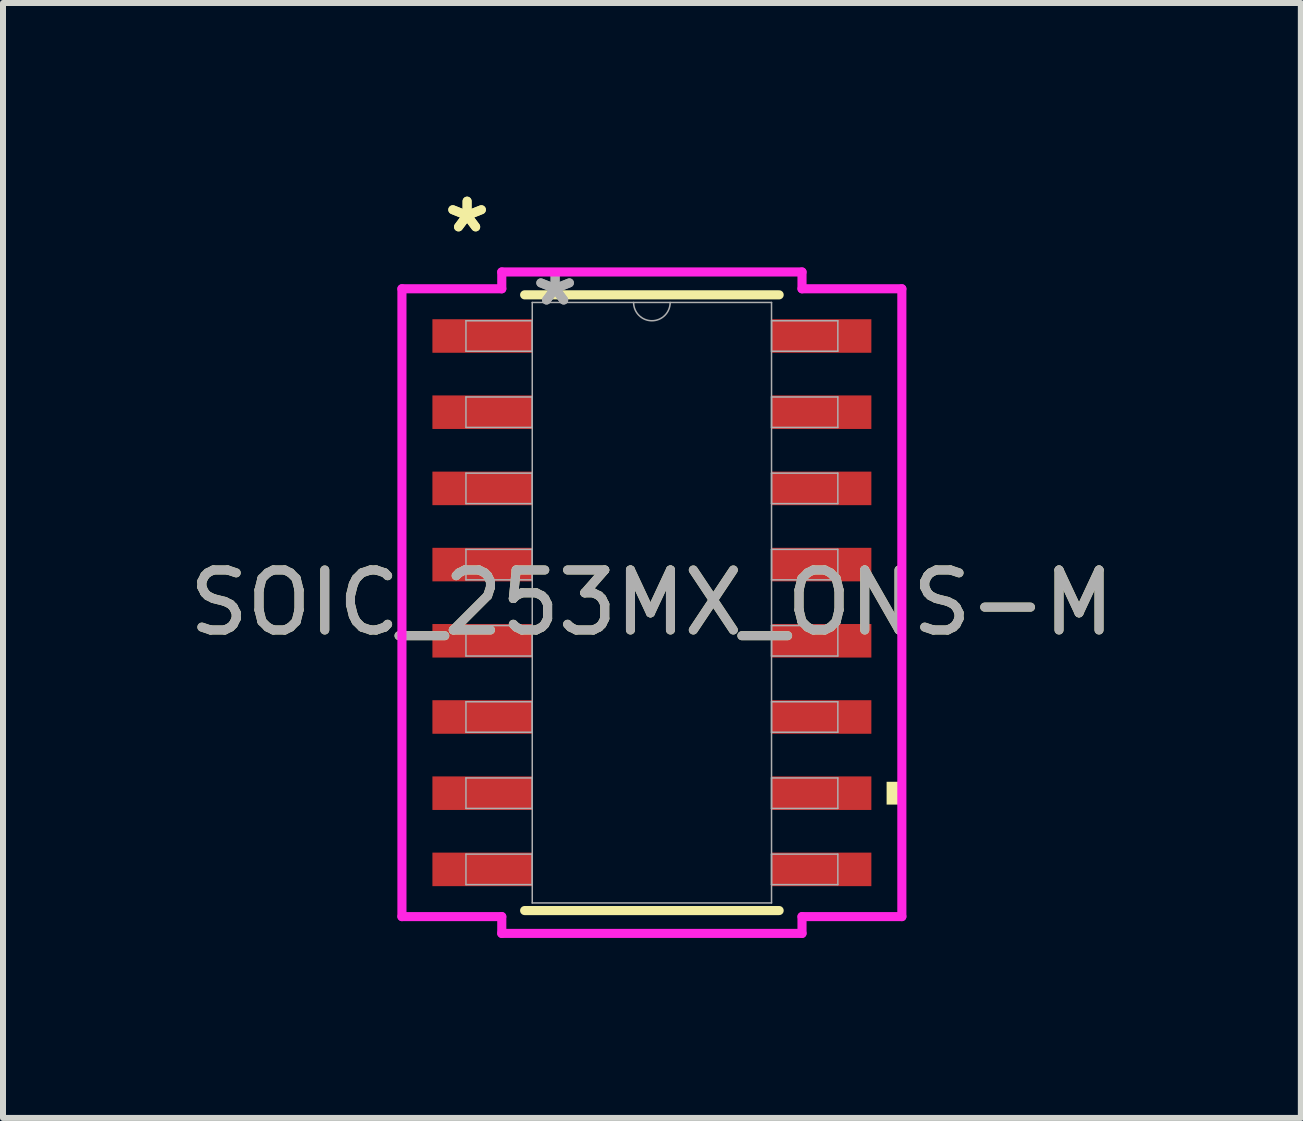
<source format=kicad_pcb>
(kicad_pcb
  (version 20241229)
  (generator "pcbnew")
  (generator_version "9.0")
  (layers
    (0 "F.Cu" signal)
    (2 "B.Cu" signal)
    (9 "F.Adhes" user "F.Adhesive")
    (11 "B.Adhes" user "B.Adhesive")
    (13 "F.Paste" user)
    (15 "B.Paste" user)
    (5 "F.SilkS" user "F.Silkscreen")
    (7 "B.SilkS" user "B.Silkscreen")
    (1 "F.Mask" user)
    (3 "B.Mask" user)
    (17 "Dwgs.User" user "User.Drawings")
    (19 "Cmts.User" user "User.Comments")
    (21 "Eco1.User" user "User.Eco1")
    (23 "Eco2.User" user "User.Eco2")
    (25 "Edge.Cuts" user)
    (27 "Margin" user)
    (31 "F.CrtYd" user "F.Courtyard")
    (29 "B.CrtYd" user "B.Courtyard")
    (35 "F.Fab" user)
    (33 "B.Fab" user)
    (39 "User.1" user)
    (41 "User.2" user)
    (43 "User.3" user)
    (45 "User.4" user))
  (footprint "SOIC_253MX_ONS-M"
    (layer "F.Cu")
    (at 7.815 6.995)
    (property "Reference" "SOIC_253MX_ONS-M" (at 0 0 0) (unlocked yes) (layer "F.SilkS") (effects (font (size 1 1) (thickness 0.15))))
    (attr smd)
    (fp_line (start -2.121 5.131) (end 2.121 5.131) (stroke (width 0.152) (type solid)) (layer "F.SilkS"))
    (fp_line (start 2.121 -5.131) (end -2.121 -5.131) (stroke (width 0.152) (type solid)) (layer "F.SilkS"))
    (fp_poly (pts (xy 4.166 2.985) (xy 4.166 3.365) (xy 3.912 3.365) (xy 3.912 2.985)) (stroke (width 0) (type solid)) (fill yes) (layer "F.SilkS"))
    (fp_line (start -4.166 -5.232) (end -2.502 -5.232) (stroke (width 0.152) (type solid)) (layer "F.CrtYd"))
    (fp_line (start -4.166 5.232) (end -4.166 -5.232) (stroke (width 0.152) (type solid)) (layer "F.CrtYd"))
    (fp_line (start -4.166 5.232) (end -2.502 5.232) (stroke (width 0.152) (type solid)) (layer "F.CrtYd"))
    (fp_line (start -2.502 -5.512) (end 2.502 -5.512) (stroke (width 0.152) (type solid)) (layer "F.CrtYd"))
    (fp_line (start -2.502 -5.232) (end -2.502 -5.512) (stroke (width 0.152) (type solid)) (layer "F.CrtYd"))
    (fp_line (start -2.502 5.512) (end -2.502 5.232) (stroke (width 0.152) (type solid)) (layer "F.CrtYd"))
    (fp_line (start 2.502 -5.512) (end 2.502 -5.232) (stroke (width 0.152) (type solid)) (layer "F.CrtYd"))
    (fp_line (start 2.502 5.232) (end 2.502 5.512) (stroke (width 0.152) (type solid)) (layer "F.CrtYd"))
    (fp_line (start 2.502 5.512) (end -2.502 5.512) (stroke (width 0.152) (type solid)) (layer "F.CrtYd"))
    (fp_line (start 4.166 -5.232) (end 2.502 -5.232) (stroke (width 0.152) (type solid)) (layer "F.CrtYd"))
    (fp_line (start 4.166 -5.232) (end 4.166 5.232) (stroke (width 0.152) (type solid)) (layer "F.CrtYd"))
    (fp_line (start 4.166 5.232) (end 2.502 5.232) (stroke (width 0.152) (type solid)) (layer "F.CrtYd"))
    (fp_line (start -3.099 -4.699) (end -3.099 -4.191) (stroke (width 0.025) (type solid)) (layer "F.Fab"))
    (fp_line (start -3.099 -4.191) (end -1.994 -4.191) (stroke (width 0.025) (type solid)) (layer "F.Fab"))
    (fp_line (start -3.099 -3.429) (end -3.099 -2.921) (stroke (width 0.025) (type solid)) (layer "F.Fab"))
    (fp_line (start -3.099 -2.921) (end -1.994 -2.921) (stroke (width 0.025) (type solid)) (layer "F.Fab"))
    (fp_line (start -3.099 -2.159) (end -3.099 -1.651) (stroke (width 0.025) (type solid)) (layer "F.Fab"))
    (fp_line (start -3.099 -1.651) (end -1.994 -1.651) (stroke (width 0.025) (type solid)) (layer "F.Fab"))
    (fp_line (start -3.099 -0.889) (end -3.099 -0.381) (stroke (width 0.025) (type solid)) (layer "F.Fab"))
    (fp_line (start -3.099 -0.381) (end -1.994 -0.381) (stroke (width 0.025) (type solid)) (layer "F.Fab"))
    (fp_line (start -3.099 0.381) (end -3.099 0.889) (stroke (width 0.025) (type solid)) (layer "F.Fab"))
    (fp_line (start -3.099 0.889) (end -1.994 0.889) (stroke (width 0.025) (type solid)) (layer "F.Fab"))
    (fp_line (start -3.099 1.651) (end -3.099 2.159) (stroke (width 0.025) (type solid)) (layer "F.Fab"))
    (fp_line (start -3.099 2.159) (end -1.994 2.159) (stroke (width 0.025) (type solid)) (layer "F.Fab"))
    (fp_line (start -3.099 2.921) (end -3.099 3.429) (stroke (width 0.025) (type solid)) (layer "F.Fab"))
    (fp_line (start -3.099 3.429) (end -1.994 3.429) (stroke (width 0.025) (type solid)) (layer "F.Fab"))
    (fp_line (start -3.099 4.191) (end -3.099 4.699) (stroke (width 0.025) (type solid)) (layer "F.Fab"))
    (fp_line (start -3.099 4.699) (end -1.994 4.699) (stroke (width 0.025) (type solid)) (layer "F.Fab"))
    (fp_line (start -1.994 -5.004) (end -1.994 5.004) (stroke (width 0.025) (type solid)) (layer "F.Fab"))
    (fp_line (start -1.994 -4.699) (end -3.099 -4.699) (stroke (width 0.025) (type solid)) (layer "F.Fab"))
    (fp_line (start -1.994 -4.191) (end -1.994 -4.699) (stroke (width 0.025) (type solid)) (layer "F.Fab"))
    (fp_line (start -1.994 -3.429) (end -3.099 -3.429) (stroke (width 0.025) (type solid)) (layer "F.Fab"))
    (fp_line (start -1.994 -2.921) (end -1.994 -3.429) (stroke (width 0.025) (type solid)) (layer "F.Fab"))
    (fp_line (start -1.994 -2.159) (end -3.099 -2.159) (stroke (width 0.025) (type solid)) (layer "F.Fab"))
    (fp_line (start -1.994 -1.651) (end -1.994 -2.159) (stroke (width 0.025) (type solid)) (layer "F.Fab"))
    (fp_line (start -1.994 -0.889) (end -3.099 -0.889) (stroke (width 0.025) (type solid)) (layer "F.Fab"))
    (fp_line (start -1.994 -0.381) (end -1.994 -0.889) (stroke (width 0.025) (type solid)) (layer "F.Fab"))
    (fp_line (start -1.994 0.381) (end -3.099 0.381) (stroke (width 0.025) (type solid)) (layer "F.Fab"))
    (fp_line (start -1.994 0.889) (end -1.994 0.381) (stroke (width 0.025) (type solid)) (layer "F.Fab"))
    (fp_line (start -1.994 1.651) (end -3.099 1.651) (stroke (width 0.025) (type solid)) (layer "F.Fab"))
    (fp_line (start -1.994 2.159) (end -1.994 1.651) (stroke (width 0.025) (type solid)) (layer "F.Fab"))
    (fp_line (start -1.994 2.921) (end -3.099 2.921) (stroke (width 0.025) (type solid)) (layer "F.Fab"))
    (fp_line (start -1.994 3.429) (end -1.994 2.921) (stroke (width 0.025) (type solid)) (layer "F.Fab"))
    (fp_line (start -1.994 4.191) (end -3.099 4.191) (stroke (width 0.025) (type solid)) (layer "F.Fab"))
    (fp_line (start -1.994 4.699) (end -1.994 4.191) (stroke (width 0.025) (type solid)) (layer "F.Fab"))
    (fp_line (start -1.994 5.004) (end 1.994 5.004) (stroke (width 0.025) (type solid)) (layer "F.Fab"))
    (fp_line (start 1.994 -5.004) (end -1.994 -5.004) (stroke (width 0.025) (type solid)) (layer "F.Fab"))
    (fp_line (start 1.994 -4.699) (end 1.994 -4.191) (stroke (width 0.025) (type solid)) (layer "F.Fab"))
    (fp_line (start 1.994 -4.191) (end 3.099 -4.191) (stroke (width 0.025) (type solid)) (layer "F.Fab"))
    (fp_line (start 1.994 -3.429) (end 1.994 -2.921) (stroke (width 0.025) (type solid)) (layer "F.Fab"))
    (fp_line (start 1.994 -2.921) (end 3.099 -2.921) (stroke (width 0.025) (type solid)) (layer "F.Fab"))
    (fp_line (start 1.994 -2.159) (end 1.994 -1.651) (stroke (width 0.025) (type solid)) (layer "F.Fab"))
    (fp_line (start 1.994 -1.651) (end 3.099 -1.651) (stroke (width 0.025) (type solid)) (layer "F.Fab"))
    (fp_line (start 1.994 -0.889) (end 1.994 -0.381) (stroke (width 0.025) (type solid)) (layer "F.Fab"))
    (fp_line (start 1.994 -0.381) (end 3.099 -0.381) (stroke (width 0.025) (type solid)) (layer "F.Fab"))
    (fp_line (start 1.994 0.381) (end 1.994 0.889) (stroke (width 0.025) (type solid)) (layer "F.Fab"))
    (fp_line (start 1.994 0.889) (end 3.099 0.889) (stroke (width 0.025) (type solid)) (layer "F.Fab"))
    (fp_line (start 1.994 1.651) (end 1.994 2.159) (stroke (width 0.025) (type solid)) (layer "F.Fab"))
    (fp_line (start 1.994 2.159) (end 3.099 2.159) (stroke (width 0.025) (type solid)) (layer "F.Fab"))
    (fp_line (start 1.994 2.921) (end 1.994 3.429) (stroke (width 0.025) (type solid)) (layer "F.Fab"))
    (fp_line (start 1.994 3.429) (end 3.099 3.429) (stroke (width 0.025) (type solid)) (layer "F.Fab"))
    (fp_line (start 1.994 4.191) (end 1.994 4.699) (stroke (width 0.025) (type solid)) (layer "F.Fab"))
    (fp_line (start 1.994 4.699) (end 3.099 4.699) (stroke (width 0.025) (type solid)) (layer "F.Fab"))
    (fp_line (start 1.994 5.004) (end 1.994 -5.004) (stroke (width 0.025) (type solid)) (layer "F.Fab"))
    (fp_line (start 3.099 -4.699) (end 1.994 -4.699) (stroke (width 0.025) (type solid)) (layer "F.Fab"))
    (fp_line (start 3.099 -4.191) (end 3.099 -4.699) (stroke (width 0.025) (type solid)) (layer "F.Fab"))
    (fp_line (start 3.099 -3.429) (end 1.994 -3.429) (stroke (width 0.025) (type solid)) (layer "F.Fab"))
    (fp_line (start 3.099 -2.921) (end 3.099 -3.429) (stroke (width 0.025) (type solid)) (layer "F.Fab"))
    (fp_line (start 3.099 -2.159) (end 1.994 -2.159) (stroke (width 0.025) (type solid)) (layer "F.Fab"))
    (fp_line (start 3.099 -1.651) (end 3.099 -2.159) (stroke (width 0.025) (type solid)) (layer "F.Fab"))
    (fp_line (start 3.099 -0.889) (end 1.994 -0.889) (stroke (width 0.025) (type solid)) (layer "F.Fab"))
    (fp_line (start 3.099 -0.381) (end 3.099 -0.889) (stroke (width 0.025) (type solid)) (layer "F.Fab"))
    (fp_line (start 3.099 0.381) (end 1.994 0.381) (stroke (width 0.025) (type solid)) (layer "F.Fab"))
    (fp_line (start 3.099 0.889) (end 3.099 0.381) (stroke (width 0.025) (type solid)) (layer "F.Fab"))
    (fp_line (start 3.099 1.651) (end 1.994 1.651) (stroke (width 0.025) (type solid)) (layer "F.Fab"))
    (fp_line (start 3.099 2.159) (end 3.099 1.651) (stroke (width 0.025) (type solid)) (layer "F.Fab"))
    (fp_line (start 3.099 2.921) (end 1.994 2.921) (stroke (width 0.025) (type solid)) (layer "F.Fab"))
    (fp_line (start 3.099 3.429) (end 3.099 2.921) (stroke (width 0.025) (type solid)) (layer "F.Fab"))
    (fp_line (start 3.099 4.191) (end 1.994 4.191) (stroke (width 0.025) (type solid)) (layer "F.Fab"))
    (fp_line (start 3.099 4.699) (end 3.099 4.191) (stroke (width 0.025) (type solid)) (layer "F.Fab"))
    (fp_arc (start 0.3048 -5.0038) (mid 0 -4.699) (end -0.3048 -5.0038) (stroke (width 0.0254) (type solid)) (layer "F.Fab"))
    (fp_text user "*" (at -3.08 -6.147 0) (unlocked yes) (layer "F.SilkS") (effects (font (size 1 1) (thickness 0.15))))
    (fp_text user "*" (at -3.08 -6.147 0) (layer "F.SilkS") (effects (font (size 1 1) (thickness 0.15))))
    (fp_text user "*" (at -1.613 -4.928 0) (unlocked yes) (layer "F.Fab") (effects (font (size 1 1) (thickness 0.15))))
    (fp_text user "${REFERENCE}" (at 0 0 0) (unlocked yes) (layer "F.Fab") (effects (font (size 1 1) (thickness 0.15))))
    (fp_text user "*" (at -1.613 -4.928 0) (layer "F.Fab") (effects (font (size 1 1) (thickness 0.15))))
    (pad "1" smd rect (at -2.826 -4.445) (size 1.664 0.559) (layers "F.Cu" "F.Mask" "F.Paste"))
    (pad "2" smd rect (at -2.826 -3.175) (size 1.664 0.559) (layers "F.Cu" "F.Mask" "F.Paste"))
    (pad "3" smd rect (at -2.826 -1.905) (size 1.664 0.559) (layers "F.Cu" "F.Mask" "F.Paste"))
    (pad "4" smd rect (at -2.826 -0.635) (size 1.664 0.559) (layers "F.Cu" "F.Mask" "F.Paste"))
    (pad "5" smd rect (at -2.826 0.635) (size 1.664 0.559) (layers "F.Cu" "F.Mask" "F.Paste"))
    (pad "6" smd rect (at -2.826 1.905) (size 1.664 0.559) (layers "F.Cu" "F.Mask" "F.Paste"))
    (pad "7" smd rect (at -2.826 3.175) (size 1.664 0.559) (layers "F.Cu" "F.Mask" "F.Paste"))
    (pad "8" smd rect (at -2.826 4.445) (size 1.664 0.559) (layers "F.Cu" "F.Mask" "F.Paste"))
    (pad "9" smd rect (at 2.826 4.445) (size 1.664 0.559) (layers "F.Cu" "F.Mask" "F.Paste"))
    (pad "10" smd rect (at 2.826 3.175) (size 1.664 0.559) (layers "F.Cu" "F.Mask" "F.Paste"))
    (pad "11" smd rect (at 2.826 1.905) (size 1.664 0.559) (layers "F.Cu" "F.Mask" "F.Paste"))
    (pad "12" smd rect (at 2.826 0.635) (size 1.664 0.559) (layers "F.Cu" "F.Mask" "F.Paste"))
    (pad "13" smd rect (at 2.826 -0.635) (size 1.664 0.559) (layers "F.Cu" "F.Mask" "F.Paste"))
    (pad "14" smd rect (at 2.826 -1.905) (size 1.664 0.559) (layers "F.Cu" "F.Mask" "F.Paste"))
    (pad "15" smd rect (at 2.826 -3.175) (size 1.664 0.559) (layers "F.Cu" "F.Mask" "F.Paste"))
    (pad "16" smd rect (at 2.826 -4.445) (size 1.664 0.559) (layers "F.Cu" "F.Mask" "F.Paste")))
  (gr_rect
    (start -3 -3)
    (end 18.631 15.583)
    (stroke (width 0.1) (type default))
    (fill no)
    (layer "Edge.Cuts")))
</source>
